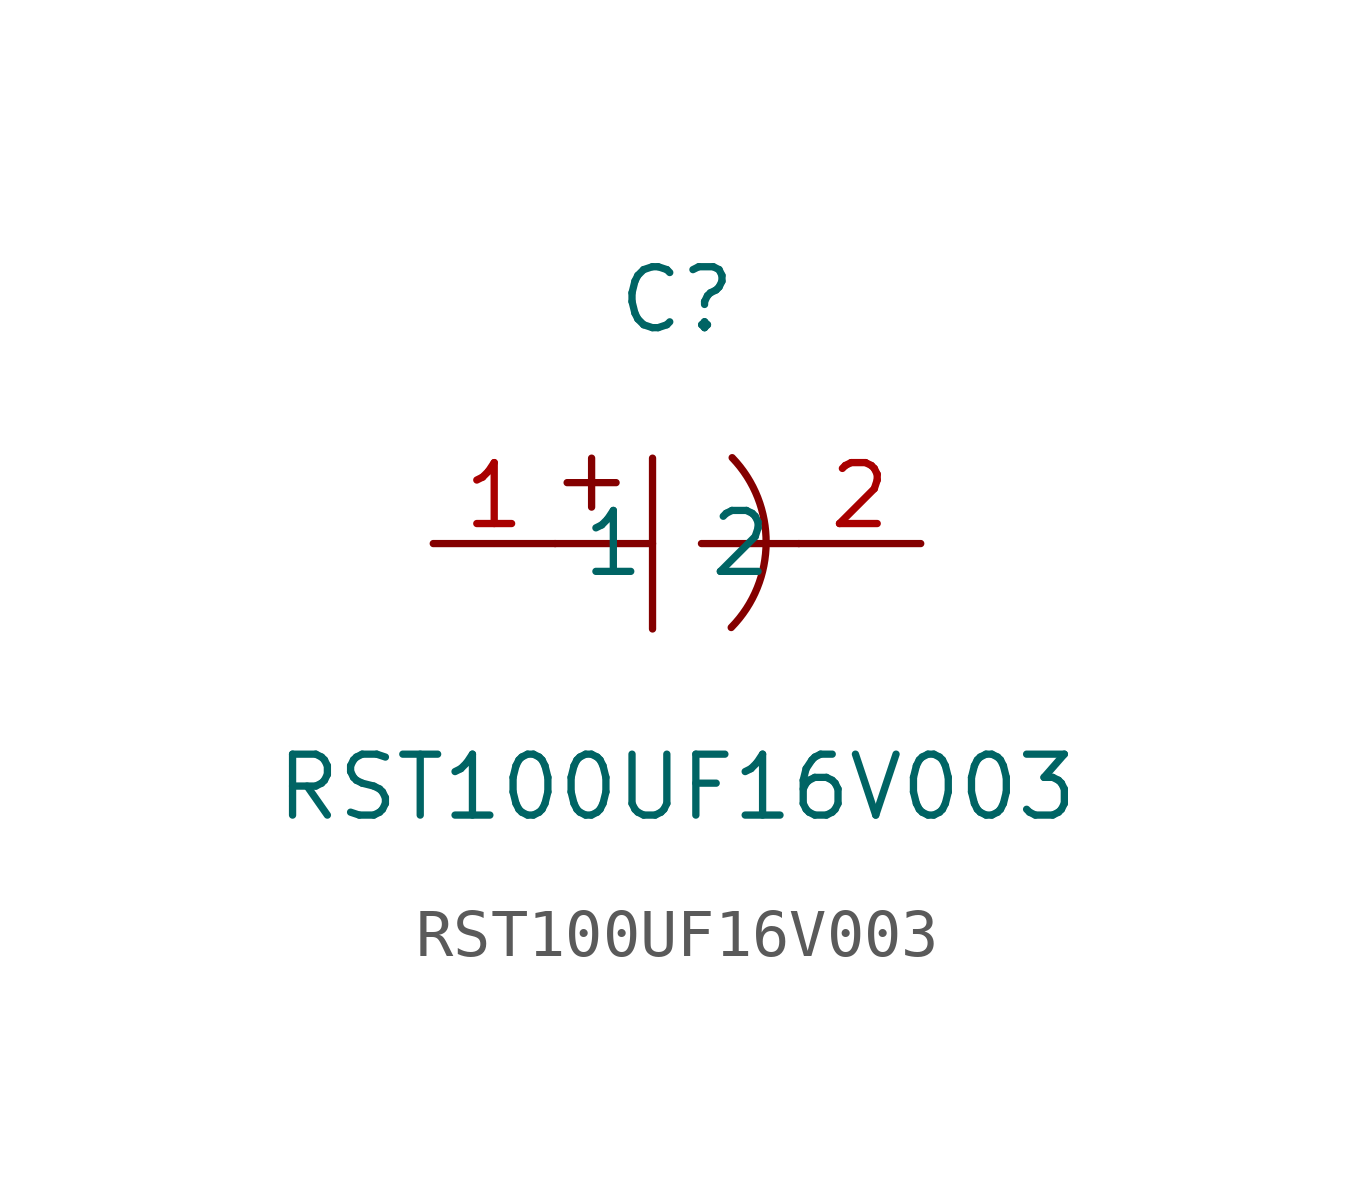
<source format=kicad_sym>
(kicad_symbol_lib
  (version 20211014)
  (generator https://github.com/uPesy/easyeda2kicad.py)
  (symbol "RST100UF16V003"
    (property "Reference" "C"
      (at 0 5.08 0)
      (effects (font (size 1.27 1.27))))
    (property "Value" "RST100UF16V003"
      (at 0 -5.08 0)
      (effects (font (size 1.27 1.27))))
    (symbol "RST100UF16V003_0_1"
      (arc (start 1.13 -1.75) (mid 5.47 -0.41) (end 1.15 1.79) (stroke (width 0) (type default) (color 0 0 0 0)) (fill (type none)))
      (polyline (pts (xy -0.51 1.78) (xy -0.51 -1.78)) (stroke (width 0) (type default) (color 0 0 0 0)) (fill (type none)))
      (polyline (pts (xy -2.54 -0.00) (xy -0.51 -0.00)) (stroke (width 0) (type default) (color 0 0 0 0)) (fill (type none)))
      (polyline (pts (xy 0.51 -0.00) (xy 2.54 -0.00)) (stroke (width 0) (type default) (color 0 0 0 0)) (fill (type none)))
      (polyline (pts (xy -2.29 1.27) (xy -1.27 1.27)) (stroke (width 0) (type default) (color 0 0 0 0)) (fill (type none)))
      (polyline (pts (xy -1.78 1.78) (xy -1.78 0.76)) (stroke (width 0) (type default) (color 0 0 0 0)) (fill (type none)))
      (pin input line (at -5.08 -0.00 0) (length 2.54) (name "1" (effects (font (size 1.27 1.27)))) (number "1" (effects (font (size 1.27 1.27)))))
      (pin input line (at 5.08 -0.00 180) (length 2.54) (name "2" (effects (font (size 1.27 1.27)))) (number "2" (effects (font (size 1.27 1.27))))))))
</source>
